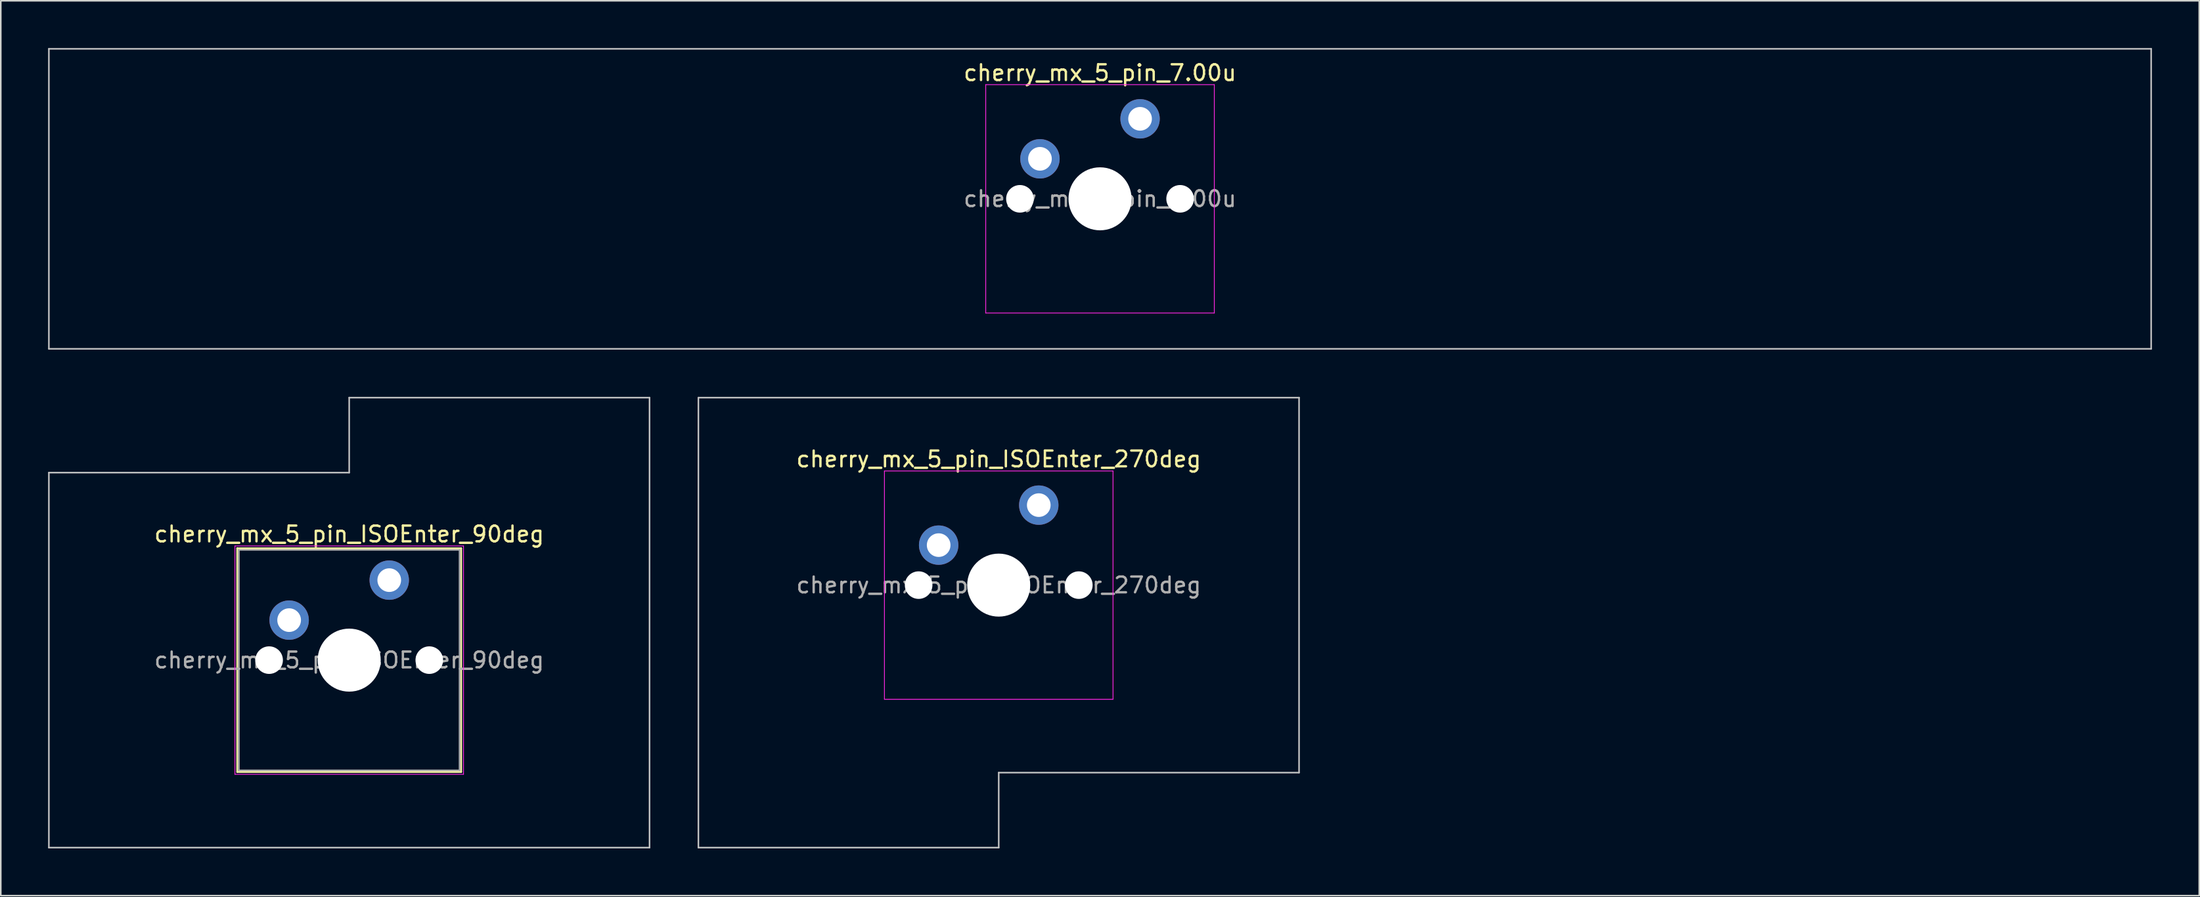
<source format=kicad_pcb>
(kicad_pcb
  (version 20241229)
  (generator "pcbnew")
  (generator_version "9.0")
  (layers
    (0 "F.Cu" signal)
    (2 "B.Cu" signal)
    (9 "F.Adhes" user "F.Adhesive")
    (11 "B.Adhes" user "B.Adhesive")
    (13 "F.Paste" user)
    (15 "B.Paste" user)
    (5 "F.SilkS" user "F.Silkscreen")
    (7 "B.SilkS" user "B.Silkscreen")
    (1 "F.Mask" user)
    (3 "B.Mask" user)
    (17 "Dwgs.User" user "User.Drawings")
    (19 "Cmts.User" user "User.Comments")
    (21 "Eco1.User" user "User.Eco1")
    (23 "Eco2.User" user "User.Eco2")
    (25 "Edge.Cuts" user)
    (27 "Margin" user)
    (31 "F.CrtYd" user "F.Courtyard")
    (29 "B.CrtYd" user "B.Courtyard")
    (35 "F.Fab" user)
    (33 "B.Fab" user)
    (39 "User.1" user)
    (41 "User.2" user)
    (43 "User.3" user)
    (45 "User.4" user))
  (footprint "cherry_mx_5_pin_ISOEnter_270deg"
    (layer "F.Cu")
    (at 60.3 34.106)
    (property "Reference" "cherry_mx_5_pin_ISOEnter_270deg" (at 0 -8 0) (layer "F.SilkS") (effects (font (size 1 1) (thickness 0.15))))
    (fp_line (start -19.05 -11.906) (end -19.05 16.669) (stroke (width 0.1) (type solid)) (layer "Dwgs.User"))
    (fp_line (start -19.05 16.669) (end 0 16.669) (stroke (width 0.1) (type solid)) (layer "Dwgs.User"))
    (fp_line (start 0 11.906) (end 19.05 11.906) (stroke (width 0.1) (type solid)) (layer "Dwgs.User"))
    (fp_line (start 0 16.669) (end 0 11.906) (stroke (width 0.1) (type solid)) (layer "Dwgs.User"))
    (fp_line (start 19.05 -11.906) (end -19.05 -11.906) (stroke (width 0.1) (type solid)) (layer "Dwgs.User"))
    (fp_line (start 19.05 11.906) (end 19.05 -11.906) (stroke (width 0.1) (type solid)) (layer "Dwgs.User"))
    (fp_line (start -7.25 -7.25) (end -7.25 7.25) (stroke (width 0.05) (type solid)) (layer "F.CrtYd"))
    (fp_line (start -7.25 7.25) (end 7.25 7.25) (stroke (width 0.05) (type solid)) (layer "F.CrtYd"))
    (fp_line (start 7.25 -7.25) (end -7.25 -7.25) (stroke (width 0.05) (type solid)) (layer "F.CrtYd"))
    (fp_line (start 7.25 7.25) (end 7.25 -7.25) (stroke (width 0.05) (type solid)) (layer "F.CrtYd"))
    (fp_text user "${REFERENCE}" (at 0 0 0) (layer "F.Fab") (effects (font (size 1 1) (thickness 0.15))))
    (pad "" np_thru_hole circle (at -5.08 0) (size 1.75 1.75) (drill 1.75) (layers "*.Cu" "*.Mask"))
    (pad "" smd circle (at -3.81 -2.54) (size 1.55 1.55) (layers "F.Mask"))
    (pad "" np_thru_hole circle (at 0 0) (size 4 4) (drill 4) (layers "*.Cu" "*.Mask"))
    (pad "" smd circle (at 2.54 -5.08) (size 1.55 1.55) (layers "F.Mask"))
    (pad "" np_thru_hole circle (at 5.08 0) (size 1.75 1.75) (drill 1.75) (layers "*.Cu" "*.Mask"))
    (pad "1" thru_hole circle (at -3.81 -2.54) (size 2.5 2.5) (drill 1.5) (layers "*.Cu" "B.Mask"))
    (pad "2" thru_hole circle (at 2.54 -5.08) (size 2.5 2.5) (drill 1.5) (layers "*.Cu" "B.Mask")))
  (footprint "cherry_mx_5_pin_7.00u"
    (layer "F.Cu")
    (at 66.725 9.575)
    (property "Reference" "cherry_mx_5_pin_7.00u" (at 0 -8 0) (layer "F.SilkS") (effects (font (size 1 1) (thickness 0.15))))
    (fp_line (start -66.675 -9.525) (end -66.675 9.525) (stroke (width 0.1) (type solid)) (layer "Dwgs.User"))
    (fp_line (start -66.675 9.525) (end 66.675 9.525) (stroke (width 0.1) (type solid)) (layer "Dwgs.User"))
    (fp_line (start 66.675 -9.525) (end -66.675 -9.525) (stroke (width 0.1) (type solid)) (layer "Dwgs.User"))
    (fp_line (start 66.675 9.525) (end 66.675 -9.525) (stroke (width 0.1) (type solid)) (layer "Dwgs.User"))
    (fp_line (start -61.1 -2.6) (end -61.1 -0.2) (stroke (width 0.1) (type solid)) (layer "Eco2.User"))
    (fp_line (start -60.9 -2.8) (end -60.4 -2.8) (stroke (width 0.1) (type solid)) (layer "Eco2.User"))
    (fp_line (start -60.9 0) (end -60.4 0) (stroke (width 0.1) (type solid)) (layer "Eco2.User"))
    (fp_line (start -60.4 -5.5) (end -60.4 -2.8) (stroke (width 0.1) (type solid)) (layer "Eco2.User"))
    (fp_line (start -60.4 0) (end -60.4 6) (stroke (width 0.1) (type solid)) (layer "Eco2.User"))
    (fp_line (start -59.9 -6) (end -54.15 -6) (stroke (width 0.1) (type solid)) (layer "Eco2.User"))
    (fp_line (start -59.9 6.5) (end -59.175 6.5) (stroke (width 0.1) (type solid)) (layer "Eco2.User"))
    (fp_line (start -58.175 7.5) (end -55.875 7.5) (stroke (width 0.1) (type solid)) (layer "Eco2.User"))
    (fp_line (start -54.875 6.5) (end -54.15 6.5) (stroke (width 0.1) (type solid)) (layer "Eco2.User"))
    (fp_line (start -53.65 6) (end -53.65 5.5) (stroke (width 0.1) (type solid)) (layer "Eco2.User"))
    (fp_line (start -53.15 -5) (end -7.5 -5) (stroke (width 0.1) (type solid)) (layer "Eco2.User"))
    (fp_line (start -53.15 5) (end -7.5 5) (stroke (width 0.1) (type solid)) (layer "Eco2.User"))
    (fp_line (start -7 -6.5) (end -7 -5.5) (stroke (width 0.1) (type solid)) (layer "Eco2.User"))
    (fp_line (start -7 5.5) (end -7 6.5) (stroke (width 0.1) (type solid)) (layer "Eco2.User"))
    (fp_line (start -6.5 7) (end 6.5 7) (stroke (width 0.1) (type solid)) (layer "Eco2.User"))
    (fp_line (start -6.5 -7) (end 6.5 -7) (stroke (width 0.1) (type solid)) (layer "Eco2.User"))
    (fp_line (start 7 5.5) (end 7 6.5) (stroke (width 0.1) (type solid)) (layer "Eco2.User"))
    (fp_line (start 7 -6.5) (end 7 -5.5) (stroke (width 0.1) (type solid)) (layer "Eco2.User"))
    (fp_line (start 7.5 5) (end 53.15 5) (stroke (width 0.1) (type solid)) (layer "Eco2.User"))
    (fp_line (start 7.5 -5) (end 53.15 -5) (stroke (width 0.1) (type solid)) (layer "Eco2.User"))
    (fp_line (start 53.65 5.5) (end 53.65 6) (stroke (width 0.1) (type solid)) (layer "Eco2.User"))
    (fp_line (start 54.875 6.5) (end 54.15 6.5) (stroke (width 0.1) (type solid)) (layer "Eco2.User"))
    (fp_line (start 58.175 7.5) (end 55.875 7.5) (stroke (width 0.1) (type solid)) (layer "Eco2.User"))
    (fp_line (start 59.9 -6) (end 54.15 -6) (stroke (width 0.1) (type solid)) (layer "Eco2.User"))
    (fp_line (start 59.9 6.5) (end 59.175 6.5) (stroke (width 0.1) (type solid)) (layer "Eco2.User"))
    (fp_line (start 60.4 -5.5) (end 60.4 -2.8) (stroke (width 0.1) (type solid)) (layer "Eco2.User"))
    (fp_line (start 60.4 0.000012) (end 60.4 6) (stroke (width 0.1) (type solid)) (layer "Eco2.User"))
    (fp_line (start 60.9 -2.8) (end 60.4 -2.8) (stroke (width 0.1) (type solid)) (layer "Eco2.User"))
    (fp_line (start 60.9 0.000012) (end 60.4 0.000012) (stroke (width 0.1) (type solid)) (layer "Eco2.User"))
    (fp_line (start 61.1 -2.6) (end 61.1 -0.2) (stroke (width 0.1) (type solid)) (layer "Eco2.User"))
    (fp_arc (start -61.1 -2.6) (mid -61.041421 -2.741421) (end -60.9 -2.8) (stroke (width 0.1) (type solid)) (layer "Eco2.User"))
    (fp_arc (start -60.9 0) (mid -61.041421 -0.058579) (end -61.1 -0.2) (stroke (width 0.1) (type solid)) (layer "Eco2.User"))
    (fp_arc (start -60.4 -5.5) (mid -60.253553 -5.853553) (end -59.9 -6) (stroke (width 0.1) (type solid)) (layer "Eco2.User"))
    (fp_arc (start -59.9 6.5) (mid -60.253553 6.353553) (end -60.4 6) (stroke (width 0.1) (type solid)) (layer "Eco2.User"))
    (fp_arc (start -59.175 6.5) (mid -58.821447 6.646447) (end -58.675 7) (stroke (width 0.1) (type solid)) (layer "Eco2.User"))
    (fp_arc (start -58.175 7.5) (mid -58.528553 7.353553) (end -58.675 7) (stroke (width 0.1) (type solid)) (layer "Eco2.User"))
    (fp_arc (start -55.375 7) (mid -55.521447 7.353553) (end -55.875 7.5) (stroke (width 0.1) (type solid)) (layer "Eco2.User"))
    (fp_arc (start -55.375 7) (mid -55.228553 6.646447) (end -54.875 6.5) (stroke (width 0.1) (type solid)) (layer "Eco2.User"))
    (fp_arc (start -54.15 -6) (mid -53.796447 -5.853553) (end -53.65 -5.5) (stroke (width 0.1) (type solid)) (layer "Eco2.User"))
    (fp_arc (start -53.65 5.5) (mid -53.503553 5.146447) (end -53.15 5) (stroke (width 0.1) (type solid)) (layer "Eco2.User"))
    (fp_arc (start -53.65 6) (mid -53.796447 6.353553) (end -54.15 6.5) (stroke (width 0.1) (type solid)) (layer "Eco2.User"))
    (fp_arc (start -53.15 -5) (mid -53.503552 -5.146447) (end -53.65 -5.5) (stroke (width 0.1) (type solid)) (layer "Eco2.User"))
    (fp_arc (start -7.499988 5.000012) (mid -7.146435 5.146459) (end -6.999988 5.500012) (stroke (width 0.1) (type solid)) (layer "Eco2.User"))
    (fp_arc (start -6.999988 -6.499988) (mid -6.853541 -6.853541) (end -6.499988 -6.999988) (stroke (width 0.1) (type solid)) (layer "Eco2.User"))
    (fp_arc (start -6.999988 -5.499988) (mid -7.146435 -5.146435) (end -7.499988 -4.999988) (stroke (width 0.1) (type solid)) (layer "Eco2.User"))
    (fp_arc (start -6.499988 7.000012) (mid -6.853541 6.853565) (end -6.999988 6.500012) (stroke (width 0.1) (type solid)) (layer "Eco2.User"))
    (fp_arc (start 6.500012 -6.999988) (mid 6.853565 -6.853541) (end 7.000012 -6.499988) (stroke (width 0.1) (type solid)) (layer "Eco2.User"))
    (fp_arc (start 6.999672 6.500007) (mid 6.853225 6.85356) (end 6.499672 7.000007) (stroke (width 0.1) (type solid)) (layer "Eco2.User"))
    (fp_arc (start 6.999684 5.500019) (mid 7.146119 5.146454) (end 7.499684 5.000019) (stroke (width 0.1) (type solid)) (layer "Eco2.User"))
    (fp_arc (start 7.500012 -4.999988) (mid 7.14646 -5.146436) (end 7.000012 -5.499988) (stroke (width 0.1) (type solid)) (layer "Eco2.User"))
    (fp_arc (start 53.150024 5.000012) (mid 53.503577 5.146459) (end 53.650024 5.500012) (stroke (width 0.1) (type solid)) (layer "Eco2.User"))
    (fp_arc (start 53.650024 -5.499988) (mid 53.503577 -5.146435) (end 53.150024 -4.999988) (stroke (width 0.1) (type solid)) (layer "Eco2.User"))
    (fp_arc (start 53.650024 -5.499988) (mid 53.796471 -5.853541) (end 54.150024 -5.999988) (stroke (width 0.1) (type solid)) (layer "Eco2.User"))
    (fp_arc (start 54.150024 6.500012) (mid 53.796471 6.353565) (end 53.650024 6.000012) (stroke (width 0.1) (type solid)) (layer "Eco2.User"))
    (fp_arc (start 54.875024 6.500012) (mid 55.228577 6.646459) (end 55.375024 7.000012) (stroke (width 0.1) (type solid)) (layer "Eco2.User"))
    (fp_arc (start 55.875024 7.500012) (mid 55.521471 7.353565) (end 55.375024 7.000012) (stroke (width 0.1) (type solid)) (layer "Eco2.User"))
    (fp_arc (start 58.675024 7.000012) (mid 58.528577 7.353565) (end 58.175024 7.500012) (stroke (width 0.1) (type solid)) (layer "Eco2.User"))
    (fp_arc (start 58.675024 7.000012) (mid 58.821471 6.646459) (end 59.175024 6.500012) (stroke (width 0.1) (type solid)) (layer "Eco2.User"))
    (fp_arc (start 59.900024 -5.999988) (mid 60.253577 -5.853541) (end 60.400024 -5.499988) (stroke (width 0.1) (type solid)) (layer "Eco2.User"))
    (fp_arc (start 60.400024 6.000012) (mid 60.253577 6.353565) (end 59.900024 6.500012) (stroke (width 0.1) (type solid)) (layer "Eco2.User"))
    (fp_arc (start 60.900024 -2.799988) (mid 61.041445 -2.741409) (end 61.100024 -2.599988) (stroke (width 0.1) (type solid)) (layer "Eco2.User"))
    (fp_arc (start 61.100024 -0.199988) (mid 61.041445 -0.058567) (end 60.900024 0.000012) (stroke (width 0.1) (type solid)) (layer "Eco2.User"))
    (fp_line (start -7.25 -7.25) (end -7.25 7.25) (stroke (width 0.05) (type solid)) (layer "F.CrtYd"))
    (fp_line (start -7.25 7.25) (end 7.25 7.25) (stroke (width 0.05) (type solid)) (layer "F.CrtYd"))
    (fp_line (start 7.25 -7.25) (end -7.25 -7.25) (stroke (width 0.05) (type solid)) (layer "F.CrtYd"))
    (fp_line (start 7.25 7.25) (end 7.25 -7.25) (stroke (width 0.05) (type solid)) (layer "F.CrtYd"))
    (fp_text user "${REFERENCE}" (at 0 0 0) (layer "F.Fab") (effects (font (size 1 1) (thickness 0.15))))
    (pad "" np_thru_hole circle (at -5.08 0) (size 1.75 1.75) (drill 1.75) (layers "*.Cu" "*.Mask"))
    (pad "" smd circle (at -3.81 -2.54) (size 1.55 1.55) (layers "F.Mask"))
    (pad "" np_thru_hole circle (at 0 0) (size 4 4) (drill 4) (layers "*.Cu" "*.Mask"))
    (pad "" smd circle (at 2.54 -5.08) (size 1.55 1.55) (layers "F.Mask"))
    (pad "" np_thru_hole circle (at 5.08 0) (size 1.75 1.75) (drill 1.75) (layers "*.Cu" "*.Mask"))
    (pad "1" thru_hole circle (at -3.81 -2.54) (size 2.5 2.5) (drill 1.5) (layers "*.Cu" "B.Mask"))
    (pad "2" thru_hole circle (at 2.54 -5.08) (size 2.5 2.5) (drill 1.5) (layers "*.Cu" "B.Mask")))
  (footprint "cherry_mx_5_pin_ISOEnter_90deg"
    (layer "F.Cu")
    (at 19.1 38.869)
    (property "Reference" "cherry_mx_5_pin_ISOEnter_90deg" (at 0 -8 0) (layer "F.SilkS") (effects (font (size 1 1) (thickness 0.15))))
    (attr through_hole)
    (fp_line (start -7.1 -7.1) (end -7.1 7.1) (stroke (width 0.12) (type solid)) (layer "F.SilkS"))
    (fp_line (start -7.1 7.1) (end 7.1 7.1) (stroke (width 0.12) (type solid)) (layer "F.SilkS"))
    (fp_line (start 7.1 -7.1) (end -7.1 -7.1) (stroke (width 0.12) (type solid)) (layer "F.SilkS"))
    (fp_line (start 7.1 7.1) (end 7.1 -7.1) (stroke (width 0.12) (type solid)) (layer "F.SilkS"))
    (fp_line (start -19.05 -11.906) (end -19.05 11.906) (stroke (width 0.1) (type solid)) (layer "Dwgs.User"))
    (fp_line (start -19.05 11.906) (end 19.05 11.906) (stroke (width 0.1) (type solid)) (layer "Dwgs.User"))
    (fp_line (start 0 -16.669) (end 0 -11.906) (stroke (width 0.1) (type solid)) (layer "Dwgs.User"))
    (fp_line (start 0 -11.906) (end -19.05 -11.906) (stroke (width 0.1) (type solid)) (layer "Dwgs.User"))
    (fp_line (start 19.05 -16.669) (end 0 -16.669) (stroke (width 0.1) (type solid)) (layer "Dwgs.User"))
    (fp_line (start 19.05 11.906) (end 19.05 -16.669) (stroke (width 0.1) (type solid)) (layer "Dwgs.User"))
    (fp_line (start -7 -7) (end -7 7) (stroke (width 0.1) (type solid)) (layer "Eco1.User"))
    (fp_line (start -7 7) (end 7 7) (stroke (width 0.1) (type solid)) (layer "Eco1.User"))
    (fp_line (start 7 -7) (end -7 -7) (stroke (width 0.1) (type solid)) (layer "Eco1.User"))
    (fp_line (start 7 7) (end 7 -7) (stroke (width 0.1) (type solid)) (layer "Eco1.User"))
    (fp_line (start -7.25 -7.25) (end -7.25 7.25) (stroke (width 0.05) (type solid)) (layer "F.CrtYd"))
    (fp_line (start -7.25 7.25) (end 7.25 7.25) (stroke (width 0.05) (type solid)) (layer "F.CrtYd"))
    (fp_line (start 7.25 -7.25) (end -7.25 -7.25) (stroke (width 0.05) (type solid)) (layer "F.CrtYd"))
    (fp_line (start 7.25 7.25) (end 7.25 -7.25) (stroke (width 0.05) (type solid)) (layer "F.CrtYd"))
    (fp_line (start -7 -7) (end -7 7) (stroke (width 0.1) (type solid)) (layer "F.Fab"))
    (fp_line (start -7 7) (end 7 7) (stroke (width 0.1) (type solid)) (layer "F.Fab"))
    (fp_line (start 7 -7) (end -7 -7) (stroke (width 0.1) (type solid)) (layer "F.Fab"))
    (fp_line (start 7 7) (end 7 -7) (stroke (width 0.1) (type solid)) (layer "F.Fab"))
    (fp_text user "${REFERENCE}" (at 0 0 0) (layer "F.Fab") (effects (font (size 1 1) (thickness 0.15))))
    (pad "" np_thru_hole circle (at -5.08 0) (size 1.75 1.75) (drill 1.75) (layers "*.Cu" "*.Mask"))
    (pad "" smd circle (at -3.81 -2.54) (size 1.55 1.55) (layers "F.Mask"))
    (pad "" np_thru_hole circle (at 0 0) (size 4 4) (drill 4) (layers "*.Cu" "*.Mask"))
    (pad "" smd circle (at 2.54 -5.08) (size 1.55 1.55) (layers "F.Mask"))
    (pad "" np_thru_hole circle (at 5.08 0) (size 1.75 1.75) (drill 1.75) (layers "*.Cu" "*.Mask"))
    (pad "1" thru_hole circle (at -3.81 -2.54) (size 2.5 2.5) (drill 1.5) (layers "*.Cu" "B.Mask"))
    (pad "2" thru_hole circle (at 2.54 -5.08) (size 2.5 2.5) (drill 1.5) (layers "*.Cu" "B.Mask")))
  (gr_rect
    (start -3 -3)
    (end 136.45 53.825)
    (stroke (width 0.1) (type default))
    (fill no)
    (layer "Edge.Cuts")))
</source>
